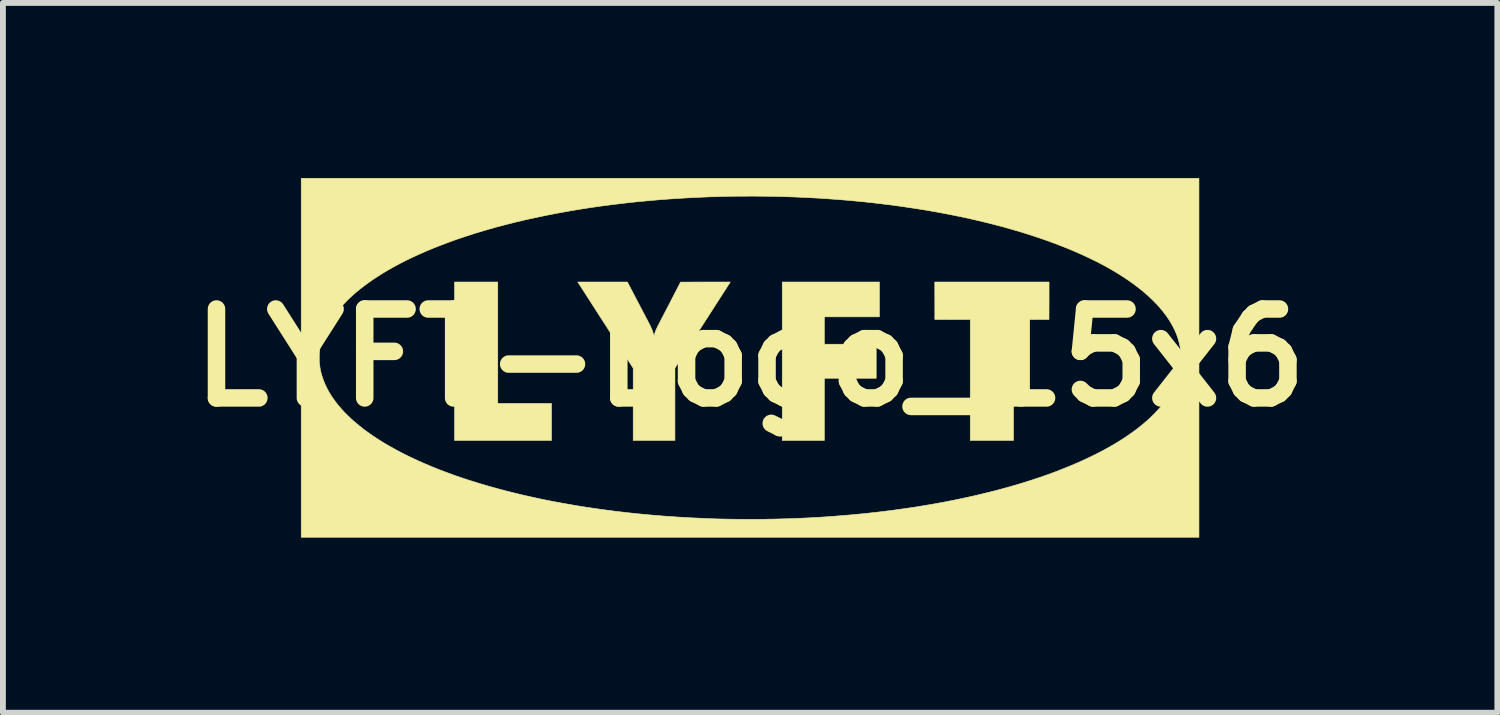
<source format=kicad_pcb>
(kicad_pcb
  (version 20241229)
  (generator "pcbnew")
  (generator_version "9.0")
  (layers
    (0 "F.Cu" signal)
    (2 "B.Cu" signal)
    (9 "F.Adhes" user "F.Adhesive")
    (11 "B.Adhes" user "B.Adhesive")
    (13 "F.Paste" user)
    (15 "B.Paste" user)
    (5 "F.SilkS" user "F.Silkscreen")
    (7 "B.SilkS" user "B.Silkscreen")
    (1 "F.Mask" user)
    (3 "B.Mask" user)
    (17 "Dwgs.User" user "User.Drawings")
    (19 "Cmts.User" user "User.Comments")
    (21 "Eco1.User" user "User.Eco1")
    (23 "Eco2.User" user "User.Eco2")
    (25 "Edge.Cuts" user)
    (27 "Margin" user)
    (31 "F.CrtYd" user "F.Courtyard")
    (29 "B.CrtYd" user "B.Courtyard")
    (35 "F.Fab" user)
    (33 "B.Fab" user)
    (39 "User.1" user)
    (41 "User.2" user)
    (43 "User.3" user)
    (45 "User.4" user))
  (footprint "LYFT-Logo_15x6"
    (layer "F.Cu")
    (at 9.804 3.08)
    (property "Reference" "LYFT-Logo_15x6" (at 0 0 0) (layer "F.SilkS") (effects (font (size 1.524 1.524) (thickness 0.3))))
    (attr through_hole)
    (fp_poly (pts (xy -4.324 0.783) (xy -3.404 0.783) (xy -3.404 1.418) (xy -5.064 1.418) (xy -5.064 -1.297) (xy -4.324 -1.297) (xy -4.324 0.783)) (stroke (width 0.01) (type solid)) (fill yes) (layer "F.SilkS"))
    (fp_poly (pts (xy 2.216 -0.701) (xy 1.272 -0.701) (xy 1.272 -0.231) (xy 2.161 -0.231) (xy 2.161 0.352) (xy 1.272 0.352) (xy 1.272 1.418) (xy 0.551 1.418) (xy 0.551 -1.297) (xy 2.216 -1.297) (xy 2.216 -0.701)) (stroke (width 0.01) (type solid)) (fill yes) (layer "F.SilkS"))
    (fp_poly (pts (xy 5.123 -0.976) (xy 5.122 -0.656) (xy 4.818 -0.655) (xy 4.513 -0.655) (xy 4.513 1.418) (xy 3.773 1.418) (xy 3.773 -0.655) (xy 3.47 -0.655) (xy 3.166 -0.656) (xy 3.166 -0.976) (xy 3.165 -1.297) (xy 5.123 -1.297) (xy 5.123 -0.976)) (stroke (width 0.01) (type solid)) (fill yes) (layer "F.SilkS"))
    (fp_poly (pts (xy -1.915 -0.937) (xy -1.896 -0.902) (xy -1.878 -0.867) (xy -1.86 -0.833) (xy -1.843 -0.801) (xy -1.827 -0.769) (xy -1.811 -0.739) (xy -1.796 -0.711) (xy -1.782 -0.684) (xy -1.769 -0.659) (xy -1.757 -0.637) (xy -1.747 -0.616) (xy -1.738 -0.598) (xy -1.73 -0.583) (xy -1.723 -0.571) (xy -1.718 -0.561) (xy -1.715 -0.555) (xy -1.714 -0.553) (xy -1.694 -0.509) (xy -1.675 -0.464) (xy -1.66 -0.418) (xy -1.654 -0.397) (xy -1.651 -0.388) (xy -1.649 -0.38) (xy -1.647 -0.375) (xy -1.646 -0.372) (xy -1.646 -0.372) (xy -1.646 -0.373) (xy -1.644 -0.377) (xy -1.643 -0.382) (xy -1.636 -0.409) (xy -1.627 -0.437) (xy -1.616 -0.468) (xy -1.601 -0.5) (xy -1.585 -0.536) (xy -1.567 -0.57) (xy -1.564 -0.575) (xy -1.559 -0.584) (xy -1.553 -0.596) (xy -1.545 -0.611) (xy -1.536 -0.629) (xy -1.526 -0.649) (xy -1.514 -0.672) (xy -1.501 -0.696) (xy -1.487 -0.723) (xy -1.473 -0.751) (xy -1.457 -0.781) (xy -1.441 -0.812) (xy -1.424 -0.845) (xy -1.407 -0.878) (xy -1.389 -0.912) (xy -1.371 -0.947) (xy -1.369 -0.952) (xy -1.191 -1.296) (xy -0.765 -1.297) (xy -0.725 -1.297) (xy -0.685 -1.297) (xy -0.647 -1.297) (xy -0.61 -1.297) (xy -0.575 -1.297) (xy -0.542 -1.297) (xy -0.51 -1.297) (xy -0.481 -1.297) (xy -0.454 -1.297) (xy -0.429 -1.297) (xy -0.407 -1.297) (xy -0.388 -1.297) (xy -0.371 -1.297) (xy -0.358 -1.297) (xy -0.349 -1.297) (xy -0.342 -1.296) (xy -0.34 -1.296) (xy -0.34 -1.296) (xy -0.341 -1.295) (xy -0.344 -1.29) (xy -0.349 -1.282) (xy -0.356 -1.271) (xy -0.365 -1.257) (xy -0.376 -1.241) (xy -0.388 -1.221) (xy -0.402 -1.2) (xy -0.417 -1.175) (xy -0.435 -1.149) (xy -0.453 -1.12) (xy -0.473 -1.089) (xy -0.494 -1.056) (xy -0.517 -1.021) (xy -0.54 -0.984) (xy -0.565 -0.946) (xy -0.591 -0.906) (xy -0.618 -0.864) (xy -0.645 -0.821) (xy -0.674 -0.777) (xy -0.703 -0.731) (xy -0.733 -0.684) (xy -0.764 -0.637) (xy -0.795 -0.588) (xy -0.814 -0.559) (xy -1.288 0.178) (xy -1.288 1.418) (xy -2.003 1.418) (xy -2.003 0.179) (xy -2.474 -0.554) (xy -2.506 -0.603) (xy -2.537 -0.651) (xy -2.567 -0.698) (xy -2.597 -0.744) (xy -2.626 -0.789) (xy -2.654 -0.833) (xy -2.681 -0.876) (xy -2.708 -0.917) (xy -2.733 -0.956) (xy -2.757 -0.994) (xy -2.781 -1.03) (xy -2.803 -1.064) (xy -2.823 -1.097) (xy -2.843 -1.127) (xy -2.861 -1.155) (xy -2.877 -1.18) (xy -2.892 -1.204) (xy -2.906 -1.225) (xy -2.918 -1.243) (xy -2.928 -1.258) (xy -2.936 -1.271) (xy -2.942 -1.281) (xy -2.946 -1.288) (xy -2.949 -1.291) (xy -2.949 -1.292) (xy -2.953 -1.297) (xy -2.103 -1.297) (xy -1.915 -0.937)) (stroke (width 0.01) (type solid)) (fill yes) (layer "F.SilkS"))
    (fp_poly (pts (xy 7.692 3.077) (xy -7.692 3.077) (xy -7.692 0.01) (xy -7.383 0.01) (xy -7.383 0.032) (xy -7.383 0.052) (xy -7.382 0.069) (xy -7.382 0.072) (xy -7.375 0.137) (xy -7.365 0.201) (xy -7.351 0.264) (xy -7.332 0.328) (xy -7.31 0.391) (xy -7.284 0.455) (xy -7.254 0.517) (xy -7.221 0.58) (xy -7.183 0.642) (xy -7.16 0.678) (xy -7.115 0.741) (xy -7.067 0.804) (xy -7.015 0.865) (xy -6.959 0.927) (xy -6.899 0.988) (xy -6.836 1.048) (xy -6.769 1.107) (xy -6.698 1.166) (xy -6.624 1.225) (xy -6.546 1.282) (xy -6.464 1.339) (xy -6.379 1.395) (xy -6.291 1.451) (xy -6.199 1.505) (xy -6.103 1.559) (xy -6.004 1.613) (xy -5.902 1.665) (xy -5.796 1.716) (xy -5.702 1.76) (xy -5.58 1.814) (xy -5.453 1.868) (xy -5.324 1.92) (xy -5.19 1.97) (xy -5.054 2.02) (xy -4.914 2.068) (xy -4.771 2.114) (xy -4.625 2.159) (xy -4.476 2.203) (xy -4.324 2.245) (xy -4.17 2.286) (xy -4.013 2.325) (xy -3.853 2.363) (xy -3.691 2.399) (xy -3.526 2.434) (xy -3.359 2.467) (xy -3.19 2.498) (xy -3.019 2.528) (xy -2.959 2.538) (xy -2.934 2.542) (xy -2.913 2.545) (xy -2.894 2.548) (xy -2.877 2.551) (xy -2.863 2.553) (xy -2.85 2.556) (xy -2.838 2.557) (xy -2.826 2.559) (xy -2.814 2.561) (xy -2.801 2.563) (xy -2.788 2.565) (xy -2.772 2.567) (xy -2.755 2.57) (xy -2.547 2.6) (xy -2.337 2.628) (xy -2.124 2.653) (xy -1.91 2.676) (xy -1.694 2.696) (xy -1.477 2.714) (xy -1.261 2.729) (xy -1.044 2.742) (xy -0.828 2.752) (xy -0.767 2.755) (xy -0.751 2.755) (xy -0.735 2.756) (xy -0.72 2.757) (xy -0.706 2.757) (xy -0.695 2.758) (xy -0.689 2.758) (xy -0.645 2.76) (xy -0.598 2.761) (xy -0.547 2.763) (xy -0.494 2.764) (xy -0.439 2.765) (xy -0.381 2.766) (xy -0.323 2.767) (xy -0.263 2.768) (xy -0.203 2.769) (xy -0.142 2.769) (xy -0.082 2.77) (xy -0.022 2.77) (xy 0.037 2.77) (xy 0.094 2.77) (xy 0.15 2.769) (xy 0.203 2.769) (xy 0.224 2.769) (xy 0.308 2.767) (xy 0.389 2.766) (xy 0.468 2.764) (xy 0.545 2.762) (xy 0.62 2.76) (xy 0.695 2.758) (xy 0.77 2.755) (xy 0.845 2.752) (xy 0.888 2.75) (xy 1.072 2.741) (xy 1.254 2.73) (xy 1.435 2.717) (xy 1.615 2.703) (xy 1.794 2.687) (xy 1.971 2.67) (xy 2.146 2.651) (xy 2.32 2.63) (xy 2.492 2.608) (xy 2.662 2.584) (xy 2.831 2.559) (xy 2.997 2.532) (xy 3.162 2.504) (xy 3.325 2.474) (xy 3.485 2.443) (xy 3.643 2.41) (xy 3.799 2.376) (xy 3.953 2.34) (xy 4.105 2.303) (xy 4.254 2.265) (xy 4.4 2.225) (xy 4.544 2.184) (xy 4.685 2.142) (xy 4.823 2.098) (xy 4.959 2.053) (xy 5.092 2.007) (xy 5.222 1.959) (xy 5.348 1.91) (xy 5.472 1.86) (xy 5.593 1.809) (xy 5.71 1.757) (xy 5.825 1.703) (xy 5.935 1.649) (xy 6.043 1.593) (xy 6.147 1.536) (xy 6.247 1.478) (xy 6.344 1.419) (xy 6.437 1.359) (xy 6.444 1.354) (xy 6.525 1.298) (xy 6.602 1.242) (xy 6.676 1.185) (xy 6.746 1.128) (xy 6.813 1.07) (xy 6.876 1.011) (xy 6.936 0.951) (xy 6.992 0.891) (xy 7.045 0.831) (xy 7.094 0.771) (xy 7.139 0.71) (xy 7.161 0.678) (xy 7.201 0.616) (xy 7.236 0.553) (xy 7.269 0.491) (xy 7.297 0.428) (xy 7.321 0.365) (xy 7.341 0.302) (xy 7.358 0.239) (xy 7.371 0.176) (xy 7.379 0.112) (xy 7.384 0.049) (xy 7.385 -0.015) (xy 7.382 -0.078) (xy 7.376 -0.142) (xy 7.365 -0.205) (xy 7.35 -0.269) (xy 7.332 -0.332) (xy 7.31 -0.395) (xy 7.307 -0.403) (xy 7.281 -0.464) (xy 7.251 -0.525) (xy 7.218 -0.586) (xy 7.181 -0.647) (xy 7.14 -0.707) (xy 7.095 -0.768) (xy 7.047 -0.828) (xy 6.998 -0.885) (xy 6.988 -0.896) (xy 6.976 -0.909) (xy 6.961 -0.924) (xy 6.945 -0.94) (xy 6.928 -0.957) (xy 6.911 -0.975) (xy 6.893 -0.993) (xy 6.875 -1.01) (xy 6.858 -1.027) (xy 6.842 -1.042) (xy 6.828 -1.055) (xy 6.815 -1.067) (xy 6.813 -1.069) (xy 6.74 -1.132) (xy 6.664 -1.193) (xy 6.585 -1.254) (xy 6.502 -1.313) (xy 6.415 -1.372) (xy 6.325 -1.43) (xy 6.231 -1.487) (xy 6.134 -1.543) (xy 6.033 -1.598) (xy 5.928 -1.652) (xy 5.819 -1.705) (xy 5.707 -1.758) (xy 5.637 -1.789) (xy 5.508 -1.845) (xy 5.375 -1.899) (xy 5.239 -1.952) (xy 5.1 -2.003) (xy 4.957 -2.053) (xy 4.811 -2.101) (xy 4.661 -2.148) (xy 4.509 -2.193) (xy 4.354 -2.237) (xy 4.196 -2.279) (xy 4.036 -2.319) (xy 3.872 -2.358) (xy 3.706 -2.396) (xy 3.538 -2.431) (xy 3.367 -2.465) (xy 3.194 -2.497) (xy 3.019 -2.528) (xy 2.841 -2.556) (xy 2.662 -2.583) (xy 2.48 -2.609) (xy 2.297 -2.632) (xy 2.112 -2.654) (xy 1.925 -2.674) (xy 1.737 -2.692) (xy 1.547 -2.708) (xy 1.356 -2.722) (xy 1.163 -2.735) (xy 0.969 -2.745) (xy 0.774 -2.754) (xy 0.578 -2.761) (xy 0.504 -2.763) (xy 0.422 -2.765) (xy 0.337 -2.766) (xy 0.25 -2.767) (xy 0.161 -2.768) (xy 0.072 -2.769) (xy -0.019 -2.769) (xy -0.109 -2.768) (xy -0.198 -2.768) (xy -0.285 -2.767) (xy -0.37 -2.766) (xy -0.453 -2.764) (xy -0.501 -2.763) (xy -0.713 -2.756) (xy -0.923 -2.747) (xy -1.131 -2.736) (xy -1.339 -2.723) (xy -1.544 -2.708) (xy -1.748 -2.69) (xy -1.95 -2.671) (xy -2.151 -2.649) (xy -2.349 -2.625) (xy -2.545 -2.6) (xy -2.739 -2.572) (xy -2.931 -2.542) (xy -3.12 -2.51) (xy -3.307 -2.476) (xy -3.492 -2.44) (xy -3.673 -2.402) (xy -3.852 -2.363) (xy -4.029 -2.321) (xy -4.202 -2.277) (xy -4.372 -2.232) (xy -4.539 -2.184) (xy -4.703 -2.135) (xy -4.863 -2.083) (xy -4.9 -2.071) (xy -5.037 -2.025) (xy -5.17 -1.977) (xy -5.299 -1.928) (xy -5.424 -1.879) (xy -5.547 -1.828) (xy -5.665 -1.776) (xy -5.781 -1.723) (xy -5.893 -1.669) (xy -6.002 -1.613) (xy -6.105 -1.558) (xy -6.199 -1.505) (xy -6.29 -1.451) (xy -6.377 -1.396) (xy -6.461 -1.341) (xy -6.542 -1.284) (xy -6.619 -1.227) (xy -6.693 -1.17) (xy -6.763 -1.112) (xy -6.829 -1.053) (xy -6.892 -0.994) (xy -6.951 -0.934) (xy -7.007 -0.873) (xy -7.059 -0.813) (xy -7.107 -0.751) (xy -7.151 -0.689) (xy -7.192 -0.627) (xy -7.229 -0.565) (xy -7.257 -0.511) (xy -7.284 -0.453) (xy -7.308 -0.396) (xy -7.329 -0.339) (xy -7.346 -0.282) (xy -7.36 -0.224) (xy -7.371 -0.165) (xy -7.378 -0.115) (xy -7.38 -0.099) (xy -7.381 -0.08) (xy -7.382 -0.059) (xy -7.383 -0.036) (xy -7.383 -0.013) (xy -7.383 0.01) (xy -7.692 0.01) (xy -7.692 -3.075) (xy 7.692 -3.075) (xy 7.692 3.077)) (stroke (width 0.01) (type solid)) (fill yes) (layer "F.SilkS")))
  (gr_rect
    (start -3 -3)
    (end 22.609 9.163)
    (stroke (width 0.1) (type default))
    (fill no)
    (layer "Edge.Cuts")))
</source>
